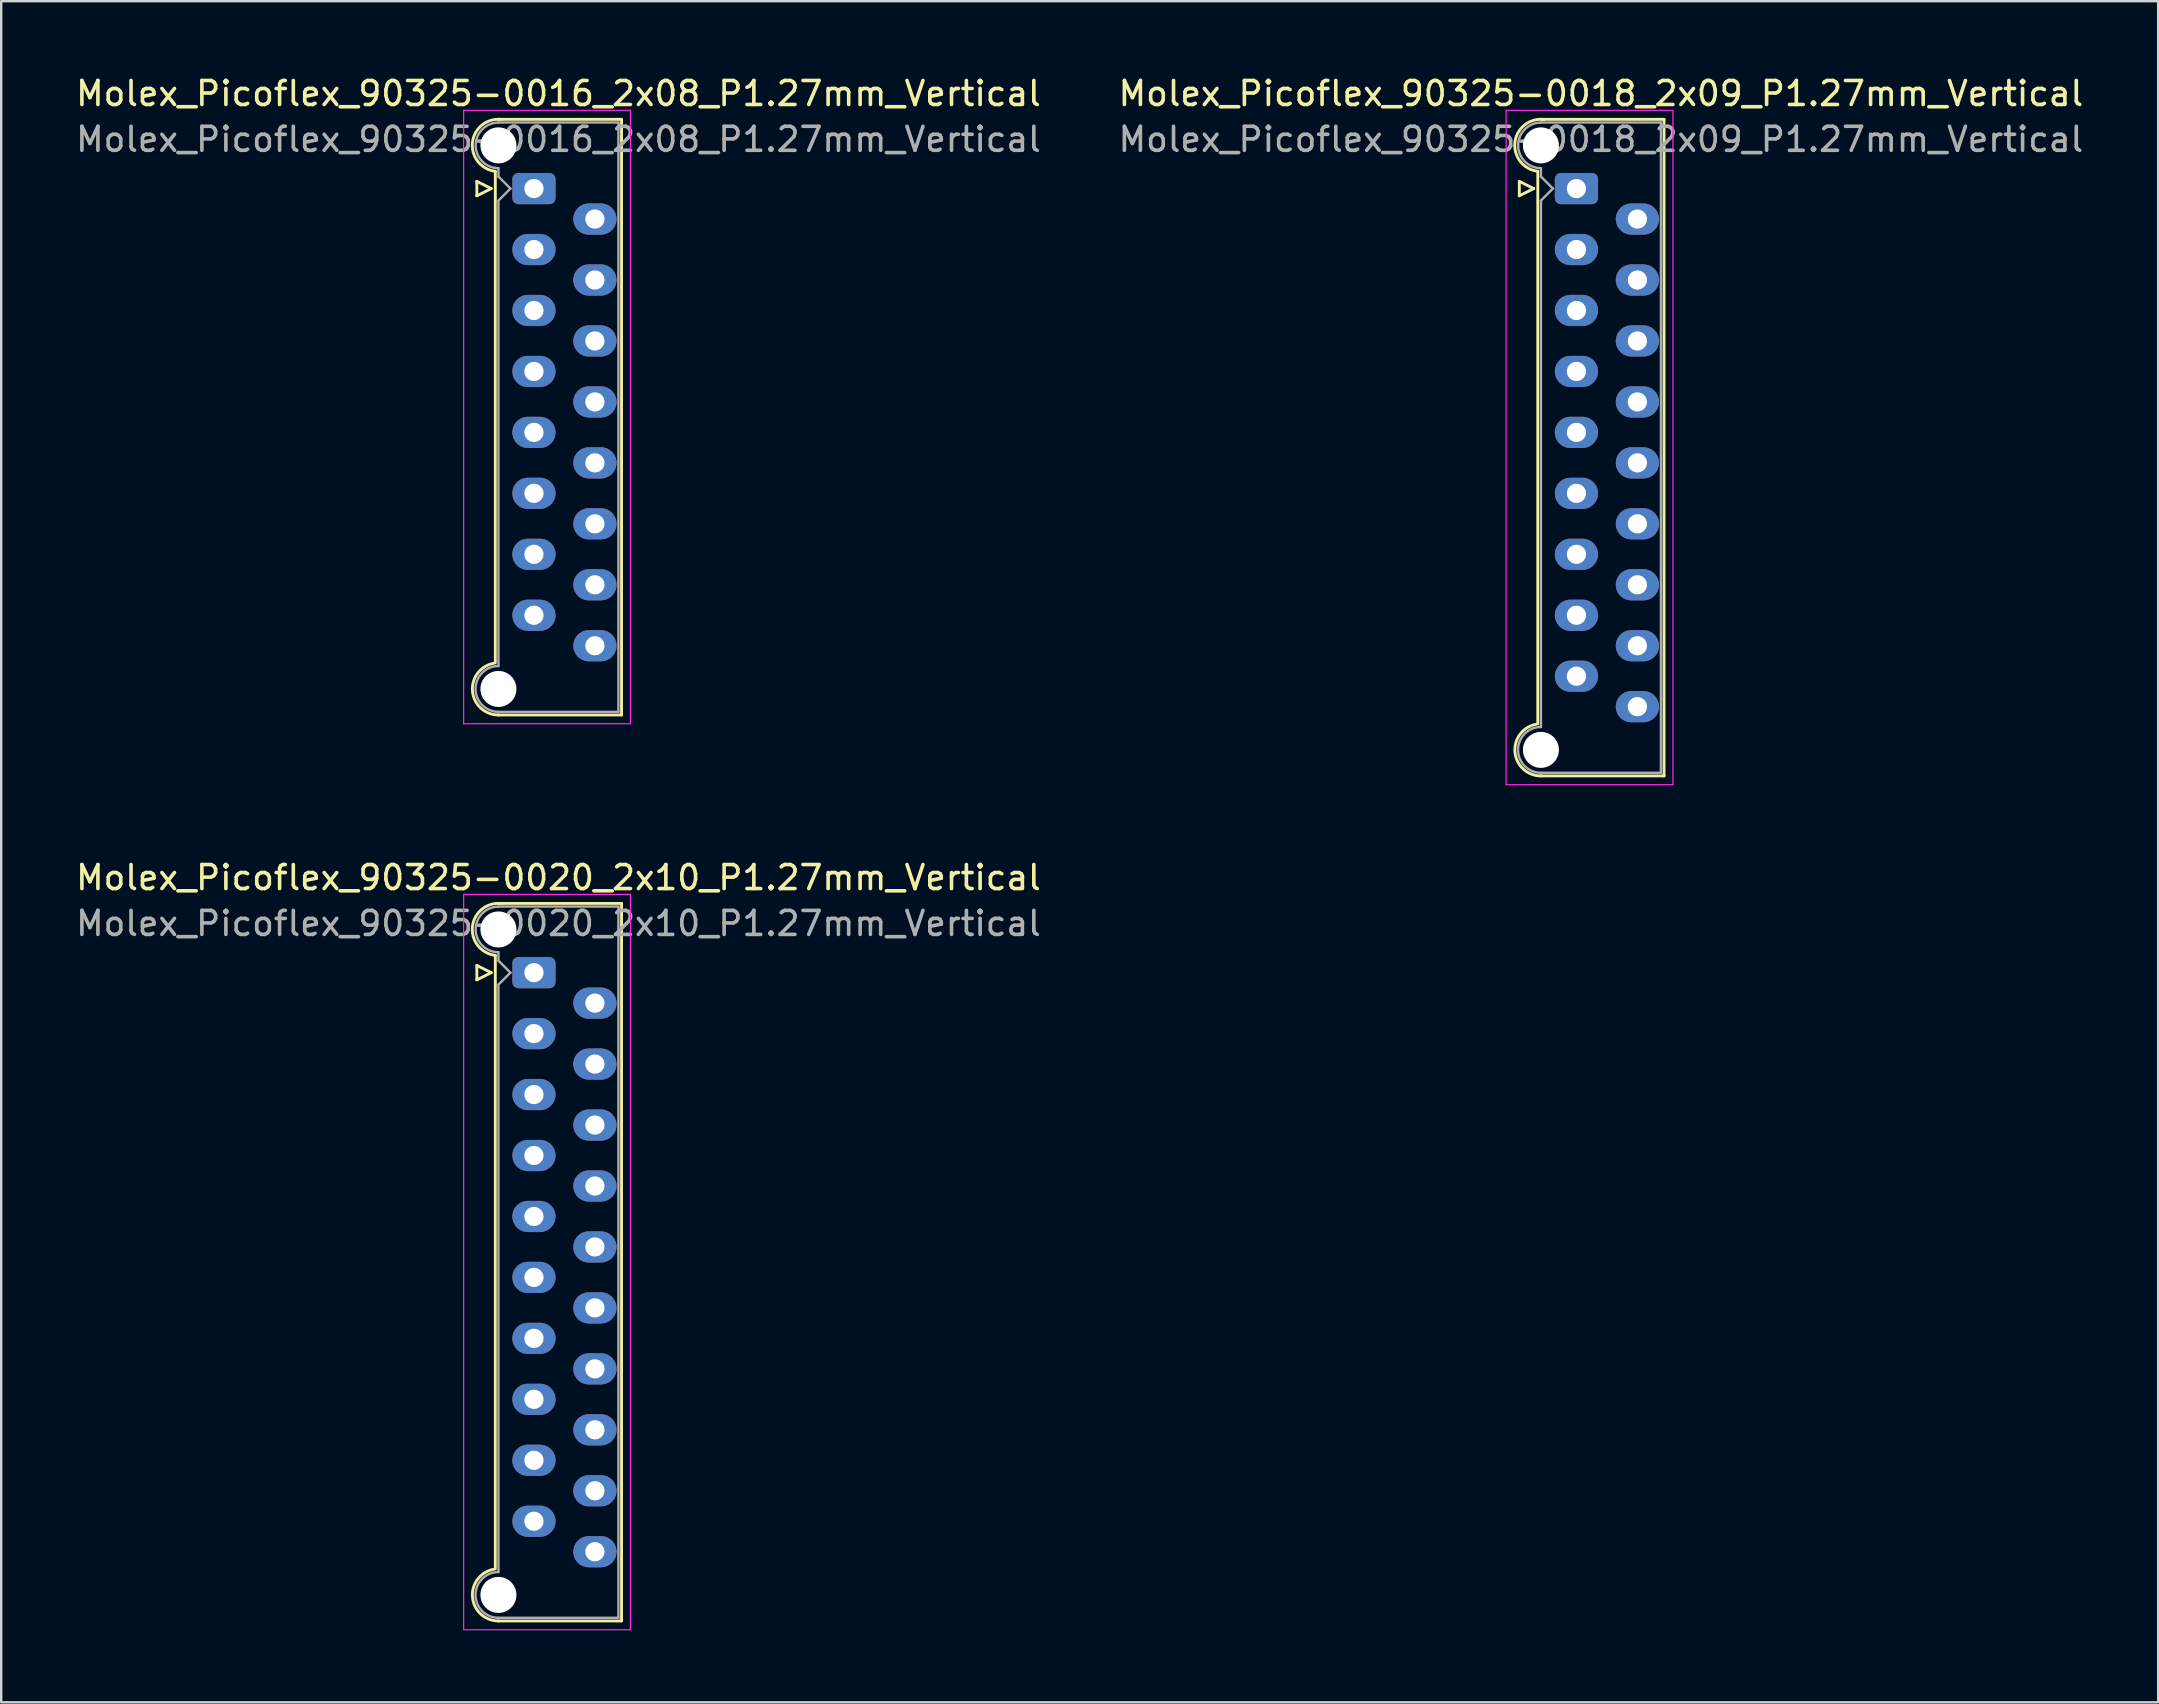
<source format=kicad_pcb>
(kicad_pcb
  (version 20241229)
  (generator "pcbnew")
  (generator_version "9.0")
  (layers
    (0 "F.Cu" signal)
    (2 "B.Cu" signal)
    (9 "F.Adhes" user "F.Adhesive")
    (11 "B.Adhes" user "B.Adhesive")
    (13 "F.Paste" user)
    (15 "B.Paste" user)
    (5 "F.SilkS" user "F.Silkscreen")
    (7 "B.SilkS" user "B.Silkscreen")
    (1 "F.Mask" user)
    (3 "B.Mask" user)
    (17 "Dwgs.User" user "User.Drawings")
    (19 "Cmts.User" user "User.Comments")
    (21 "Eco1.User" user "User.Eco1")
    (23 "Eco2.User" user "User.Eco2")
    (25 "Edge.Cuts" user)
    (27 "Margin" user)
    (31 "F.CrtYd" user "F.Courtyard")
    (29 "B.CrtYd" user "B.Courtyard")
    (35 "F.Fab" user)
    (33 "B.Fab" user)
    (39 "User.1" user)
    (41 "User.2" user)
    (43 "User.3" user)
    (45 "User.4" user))
  (footprint "Molex_Picoflex_90325-0016_2x08_P1.27mm_Vertical"
    (layer "F.Cu")
    (at 19.2 4.808)
    (property "Reference" "Molex_Picoflex_90325-0016_2x08_P1.27mm_Vertical" (at 1.02 -3.96 0) (layer "F.SilkS") (effects (font (size 1 1) (thickness 0.15))))
    (attr through_hole)
    (fp_line (start -2.38 -0.3) (end -2.38 0.3) (stroke (width 0.12) (type solid)) (layer "F.SilkS"))
    (fp_line (start -2.38 0.3) (end -1.78 0) (stroke (width 0.12) (type solid)) (layer "F.SilkS"))
    (fp_line (start -1.78 0) (end -2.38 -0.3) (stroke (width 0.12) (type solid)) (layer "F.SilkS"))
    (fp_line (start -1.61 -0.715) (end -1.61 19.765) (stroke (width 0.12) (type solid)) (layer "F.SilkS"))
    (fp_line (start -1.48 -2.885) (end 3.65 -2.885) (stroke (width 0.12) (type solid)) (layer "F.SilkS"))
    (fp_line (start 3.65 -2.885) (end 3.65 21.935) (stroke (width 0.12) (type solid)) (layer "F.SilkS"))
    (fp_line (start 3.65 21.935) (end -1.48 21.935) (stroke (width 0.12) (type solid)) (layer "F.SilkS"))
    (fp_arc (start -1.61 -0.72) (mid -2.56 -1.93) (end -1.35 -2.88) (stroke (width 0.12) (type solid)) (layer "F.SilkS"))
    (fp_arc (start -1.47 21.935) (mid -2.56 20.954526) (end -1.678256 19.78322) (stroke (width 0.12) (type solid)) (layer "F.SilkS"))
    (fp_line (start -2.93 -3.26) (end -2.93 22.3) (stroke (width 0.05) (type solid)) (layer "F.CrtYd"))
    (fp_line (start -2.93 22.3) (end 4.02 22.3) (stroke (width 0.05) (type solid)) (layer "F.CrtYd"))
    (fp_line (start 4.02 -3.26) (end -2.93 -3.26) (stroke (width 0.05) (type solid)) (layer "F.CrtYd"))
    (fp_line (start 4.02 22.3) (end 4.02 -3.26) (stroke (width 0.05) (type solid)) (layer "F.CrtYd"))
    (fp_line (start -1.48 -2.755) (end 3.52 -2.755) (stroke (width 0.1) (type solid)) (layer "F.Fab"))
    (fp_line (start -1.48 -0.845) (end -1.48 -0.5) (stroke (width 0.1) (type solid)) (layer "F.Fab"))
    (fp_line (start -1.48 -0.5) (end -0.98 0) (stroke (width 0.1) (type solid)) (layer "F.Fab"))
    (fp_line (start -1.48 0.5) (end -1.48 19.895) (stroke (width 0.1) (type solid)) (layer "F.Fab"))
    (fp_line (start -0.98 0) (end -1.48 0.5) (stroke (width 0.1) (type solid)) (layer "F.Fab"))
    (fp_line (start 3.52 -2.755) (end 3.52 21.805) (stroke (width 0.1) (type solid)) (layer "F.Fab"))
    (fp_line (start 3.52 21.805) (end -1.48 21.805) (stroke (width 0.1) (type solid)) (layer "F.Fab"))
    (fp_arc (start -1.48 -0.85) (mid -2.43 -1.8) (end -1.48 -2.75) (stroke (width 0.1) (type solid)) (layer "F.Fab"))
    (fp_arc (start -1.48 21.805) (mid -2.435 20.85) (end -1.48 19.895) (stroke (width 0.1) (type solid)) (layer "F.Fab"))
    (fp_text user "${REFERENCE}" (at 1.02 -2.05 0) (layer "F.Fab") (effects (font (size 1 1) (thickness 0.15))))
    (pad "" np_thru_hole circle (at -1.48 -1.8) (size 1.5 1.5) (drill 1.5) (layers "*.Cu" "*.Mask"))
    (pad "" np_thru_hole circle (at -1.48 20.85) (size 1.5 1.5) (drill 1.5) (layers "*.Cu" "*.Mask"))
    (pad "1" thru_hole roundrect (at 0 0) (size 1.8 1.3) (drill 0.8) (layers "*.Cu" "*.Mask") (roundrect_rratio 0.192))
    (pad "2" thru_hole oval (at 2.54 1.27) (size 1.8 1.3) (drill 0.8) (layers "*.Cu" "*.Mask"))
    (pad "3" thru_hole oval (at 0 2.54) (size 1.8 1.3) (drill 0.8) (layers "*.Cu" "*.Mask"))
    (pad "4" thru_hole oval (at 2.54 3.81) (size 1.8 1.3) (drill 0.8) (layers "*.Cu" "*.Mask"))
    (pad "5" thru_hole oval (at 0 5.08) (size 1.8 1.3) (drill 0.8) (layers "*.Cu" "*.Mask"))
    (pad "6" thru_hole oval (at 2.54 6.35) (size 1.8 1.3) (drill 0.8) (layers "*.Cu" "*.Mask"))
    (pad "7" thru_hole oval (at 0 7.62) (size 1.8 1.3) (drill 0.8) (layers "*.Cu" "*.Mask"))
    (pad "8" thru_hole oval (at 2.54 8.89) (size 1.8 1.3) (drill 0.8) (layers "*.Cu" "*.Mask"))
    (pad "9" thru_hole oval (at 0 10.16) (size 1.8 1.3) (drill 0.8) (layers "*.Cu" "*.Mask"))
    (pad "10" thru_hole oval (at 2.54 11.43) (size 1.8 1.3) (drill 0.8) (layers "*.Cu" "*.Mask"))
    (pad "11" thru_hole oval (at 0 12.7) (size 1.8 1.3) (drill 0.8) (layers "*.Cu" "*.Mask"))
    (pad "12" thru_hole oval (at 2.54 13.97) (size 1.8 1.3) (drill 0.8) (layers "*.Cu" "*.Mask"))
    (pad "13" thru_hole oval (at 0 15.24) (size 1.8 1.3) (drill 0.8) (layers "*.Cu" "*.Mask"))
    (pad "14" thru_hole oval (at 2.54 16.51) (size 1.8 1.3) (drill 0.8) (layers "*.Cu" "*.Mask"))
    (pad "15" thru_hole oval (at 0 17.78) (size 1.8 1.3) (drill 0.8) (layers "*.Cu" "*.Mask"))
    (pad "16" thru_hole oval (at 2.54 19.05) (size 1.8 1.3) (drill 0.8) (layers "*.Cu" "*.Mask")))
  (footprint "Molex_Picoflex_90325-0018_2x09_P1.27mm_Vertical"
    (layer "F.Cu")
    (at 62.641 4.808)
    (property "Reference" "Molex_Picoflex_90325-0018_2x09_P1.27mm_Vertical" (at 1.02 -3.96 0) (layer "F.SilkS") (effects (font (size 1 1) (thickness 0.15))))
    (attr through_hole)
    (fp_line (start -2.38 -0.3) (end -2.38 0.3) (stroke (width 0.12) (type solid)) (layer "F.SilkS"))
    (fp_line (start -2.38 0.3) (end -1.78 0) (stroke (width 0.12) (type solid)) (layer "F.SilkS"))
    (fp_line (start -1.78 0) (end -2.38 -0.3) (stroke (width 0.12) (type solid)) (layer "F.SilkS"))
    (fp_line (start -1.61 -0.715) (end -1.61 22.305) (stroke (width 0.12) (type solid)) (layer "F.SilkS"))
    (fp_line (start -1.48 -2.885) (end 3.65 -2.885) (stroke (width 0.12) (type solid)) (layer "F.SilkS"))
    (fp_line (start 3.65 -2.885) (end 3.65 24.475) (stroke (width 0.12) (type solid)) (layer "F.SilkS"))
    (fp_line (start 3.65 24.475) (end -1.48 24.475) (stroke (width 0.12) (type solid)) (layer "F.SilkS"))
    (fp_arc (start -1.61 -0.72) (mid -2.56 -1.93) (end -1.35 -2.88) (stroke (width 0.12) (type solid)) (layer "F.SilkS"))
    (fp_arc (start -1.47 24.475) (mid -2.56 23.494526) (end -1.678256 22.32322) (stroke (width 0.12) (type solid)) (layer "F.SilkS"))
    (fp_line (start -2.93 -3.26) (end -2.93 24.84) (stroke (width 0.05) (type solid)) (layer "F.CrtYd"))
    (fp_line (start -2.93 24.84) (end 4.02 24.84) (stroke (width 0.05) (type solid)) (layer "F.CrtYd"))
    (fp_line (start 4.02 -3.26) (end -2.93 -3.26) (stroke (width 0.05) (type solid)) (layer "F.CrtYd"))
    (fp_line (start 4.02 24.84) (end 4.02 -3.26) (stroke (width 0.05) (type solid)) (layer "F.CrtYd"))
    (fp_line (start -1.48 -2.755) (end 3.52 -2.755) (stroke (width 0.1) (type solid)) (layer "F.Fab"))
    (fp_line (start -1.48 -0.845) (end -1.48 -0.5) (stroke (width 0.1) (type solid)) (layer "F.Fab"))
    (fp_line (start -1.48 -0.5) (end -0.98 0) (stroke (width 0.1) (type solid)) (layer "F.Fab"))
    (fp_line (start -1.48 0.5) (end -1.48 22.435) (stroke (width 0.1) (type solid)) (layer "F.Fab"))
    (fp_line (start -0.98 0) (end -1.48 0.5) (stroke (width 0.1) (type solid)) (layer "F.Fab"))
    (fp_line (start 3.52 -2.755) (end 3.52 24.345) (stroke (width 0.1) (type solid)) (layer "F.Fab"))
    (fp_line (start 3.52 24.345) (end -1.48 24.345) (stroke (width 0.1) (type solid)) (layer "F.Fab"))
    (fp_arc (start -1.48 -0.85) (mid -2.43 -1.8) (end -1.48 -2.75) (stroke (width 0.1) (type solid)) (layer "F.Fab"))
    (fp_arc (start -1.48 24.345) (mid -2.435 23.39) (end -1.48 22.435) (stroke (width 0.1) (type solid)) (layer "F.Fab"))
    (fp_text user "${REFERENCE}" (at 1.02 -2.05 0) (layer "F.Fab") (effects (font (size 1 1) (thickness 0.15))))
    (pad "" np_thru_hole circle (at -1.48 -1.8) (size 1.5 1.5) (drill 1.5) (layers "*.Cu" "*.Mask"))
    (pad "" np_thru_hole circle (at -1.48 23.39) (size 1.5 1.5) (drill 1.5) (layers "*.Cu" "*.Mask"))
    (pad "1" thru_hole roundrect (at 0 0) (size 1.8 1.3) (drill 0.8) (layers "*.Cu" "*.Mask") (roundrect_rratio 0.192))
    (pad "2" thru_hole oval (at 2.54 1.27) (size 1.8 1.3) (drill 0.8) (layers "*.Cu" "*.Mask"))
    (pad "3" thru_hole oval (at 0 2.54) (size 1.8 1.3) (drill 0.8) (layers "*.Cu" "*.Mask"))
    (pad "4" thru_hole oval (at 2.54 3.81) (size 1.8 1.3) (drill 0.8) (layers "*.Cu" "*.Mask"))
    (pad "5" thru_hole oval (at 0 5.08) (size 1.8 1.3) (drill 0.8) (layers "*.Cu" "*.Mask"))
    (pad "6" thru_hole oval (at 2.54 6.35) (size 1.8 1.3) (drill 0.8) (layers "*.Cu" "*.Mask"))
    (pad "7" thru_hole oval (at 0 7.62) (size 1.8 1.3) (drill 0.8) (layers "*.Cu" "*.Mask"))
    (pad "8" thru_hole oval (at 2.54 8.89) (size 1.8 1.3) (drill 0.8) (layers "*.Cu" "*.Mask"))
    (pad "9" thru_hole oval (at 0 10.16) (size 1.8 1.3) (drill 0.8) (layers "*.Cu" "*.Mask"))
    (pad "10" thru_hole oval (at 2.54 11.43) (size 1.8 1.3) (drill 0.8) (layers "*.Cu" "*.Mask"))
    (pad "11" thru_hole oval (at 0 12.7) (size 1.8 1.3) (drill 0.8) (layers "*.Cu" "*.Mask"))
    (pad "12" thru_hole oval (at 2.54 13.97) (size 1.8 1.3) (drill 0.8) (layers "*.Cu" "*.Mask"))
    (pad "13" thru_hole oval (at 0 15.24) (size 1.8 1.3) (drill 0.8) (layers "*.Cu" "*.Mask"))
    (pad "14" thru_hole oval (at 2.54 16.51) (size 1.8 1.3) (drill 0.8) (layers "*.Cu" "*.Mask"))
    (pad "15" thru_hole oval (at 0 17.78) (size 1.8 1.3) (drill 0.8) (layers "*.Cu" "*.Mask"))
    (pad "16" thru_hole oval (at 2.54 19.05) (size 1.8 1.3) (drill 0.8) (layers "*.Cu" "*.Mask"))
    (pad "17" thru_hole oval (at 0 20.32) (size 1.8 1.3) (drill 0.8) (layers "*.Cu" "*.Mask"))
    (pad "18" thru_hole oval (at 2.54 21.59) (size 1.8 1.3) (drill 0.8) (layers "*.Cu" "*.Mask")))
  (footprint "Molex_Picoflex_90325-0020_2x10_P1.27mm_Vertical"
    (layer "F.Cu")
    (at 19.2 37.481)
    (property "Reference" "Molex_Picoflex_90325-0020_2x10_P1.27mm_Vertical" (at 1.02 -3.96 0) (layer "F.SilkS") (effects (font (size 1 1) (thickness 0.15))))
    (attr through_hole)
    (fp_line (start -2.38 -0.3) (end -2.38 0.3) (stroke (width 0.12) (type solid)) (layer "F.SilkS"))
    (fp_line (start -2.38 0.3) (end -1.78 0) (stroke (width 0.12) (type solid)) (layer "F.SilkS"))
    (fp_line (start -1.78 0) (end -2.38 -0.3) (stroke (width 0.12) (type solid)) (layer "F.SilkS"))
    (fp_line (start -1.61 -0.715) (end -1.61 24.845) (stroke (width 0.12) (type solid)) (layer "F.SilkS"))
    (fp_line (start -1.48 -2.885) (end 3.65 -2.885) (stroke (width 0.12) (type solid)) (layer "F.SilkS"))
    (fp_line (start 3.65 -2.885) (end 3.65 27.015) (stroke (width 0.12) (type solid)) (layer "F.SilkS"))
    (fp_line (start 3.65 27.015) (end -1.48 27.015) (stroke (width 0.12) (type solid)) (layer "F.SilkS"))
    (fp_arc (start -1.61 -0.72) (mid -2.56 -1.93) (end -1.35 -2.88) (stroke (width 0.12) (type solid)) (layer "F.SilkS"))
    (fp_arc (start -1.47 27.015) (mid -2.56 26.034526) (end -1.678256 24.86322) (stroke (width 0.12) (type solid)) (layer "F.SilkS"))
    (fp_line (start -2.93 -3.26) (end -2.93 27.38) (stroke (width 0.05) (type solid)) (layer "F.CrtYd"))
    (fp_line (start -2.93 27.38) (end 4.02 27.38) (stroke (width 0.05) (type solid)) (layer "F.CrtYd"))
    (fp_line (start 4.02 -3.26) (end -2.93 -3.26) (stroke (width 0.05) (type solid)) (layer "F.CrtYd"))
    (fp_line (start 4.02 27.38) (end 4.02 -3.26) (stroke (width 0.05) (type solid)) (layer "F.CrtYd"))
    (fp_line (start -1.48 -2.755) (end 3.52 -2.755) (stroke (width 0.1) (type solid)) (layer "F.Fab"))
    (fp_line (start -1.48 -0.845) (end -1.48 -0.5) (stroke (width 0.1) (type solid)) (layer "F.Fab"))
    (fp_line (start -1.48 -0.5) (end -0.98 0) (stroke (width 0.1) (type solid)) (layer "F.Fab"))
    (fp_line (start -1.48 0.5) (end -1.48 24.975) (stroke (width 0.1) (type solid)) (layer "F.Fab"))
    (fp_line (start -0.98 0) (end -1.48 0.5) (stroke (width 0.1) (type solid)) (layer "F.Fab"))
    (fp_line (start 3.52 -2.755) (end 3.52 26.885) (stroke (width 0.1) (type solid)) (layer "F.Fab"))
    (fp_line (start 3.52 26.885) (end -1.48 26.885) (stroke (width 0.1) (type solid)) (layer "F.Fab"))
    (fp_arc (start -1.48 -0.85) (mid -2.43 -1.8) (end -1.48 -2.75) (stroke (width 0.1) (type solid)) (layer "F.Fab"))
    (fp_arc (start -1.48 26.885) (mid -2.435 25.93) (end -1.48 24.975) (stroke (width 0.1) (type solid)) (layer "F.Fab"))
    (fp_text user "${REFERENCE}" (at 1.02 -2.05 0) (layer "F.Fab") (effects (font (size 1 1) (thickness 0.15))))
    (pad "" np_thru_hole circle (at -1.48 -1.8) (size 1.5 1.5) (drill 1.5) (layers "*.Cu" "*.Mask"))
    (pad "" np_thru_hole circle (at -1.48 25.93) (size 1.5 1.5) (drill 1.5) (layers "*.Cu" "*.Mask"))
    (pad "1" thru_hole roundrect (at 0 0) (size 1.8 1.3) (drill 0.8) (layers "*.Cu" "*.Mask") (roundrect_rratio 0.192))
    (pad "2" thru_hole oval (at 2.54 1.27) (size 1.8 1.3) (drill 0.8) (layers "*.Cu" "*.Mask"))
    (pad "3" thru_hole oval (at 0 2.54) (size 1.8 1.3) (drill 0.8) (layers "*.Cu" "*.Mask"))
    (pad "4" thru_hole oval (at 2.54 3.81) (size 1.8 1.3) (drill 0.8) (layers "*.Cu" "*.Mask"))
    (pad "5" thru_hole oval (at 0 5.08) (size 1.8 1.3) (drill 0.8) (layers "*.Cu" "*.Mask"))
    (pad "6" thru_hole oval (at 2.54 6.35) (size 1.8 1.3) (drill 0.8) (layers "*.Cu" "*.Mask"))
    (pad "7" thru_hole oval (at 0 7.62) (size 1.8 1.3) (drill 0.8) (layers "*.Cu" "*.Mask"))
    (pad "8" thru_hole oval (at 2.54 8.89) (size 1.8 1.3) (drill 0.8) (layers "*.Cu" "*.Mask"))
    (pad "9" thru_hole oval (at 0 10.16) (size 1.8 1.3) (drill 0.8) (layers "*.Cu" "*.Mask"))
    (pad "10" thru_hole oval (at 2.54 11.43) (size 1.8 1.3) (drill 0.8) (layers "*.Cu" "*.Mask"))
    (pad "11" thru_hole oval (at 0 12.7) (size 1.8 1.3) (drill 0.8) (layers "*.Cu" "*.Mask"))
    (pad "12" thru_hole oval (at 2.54 13.97) (size 1.8 1.3) (drill 0.8) (layers "*.Cu" "*.Mask"))
    (pad "13" thru_hole oval (at 0 15.24) (size 1.8 1.3) (drill 0.8) (layers "*.Cu" "*.Mask"))
    (pad "14" thru_hole oval (at 2.54 16.51) (size 1.8 1.3) (drill 0.8) (layers "*.Cu" "*.Mask"))
    (pad "15" thru_hole oval (at 0 17.78) (size 1.8 1.3) (drill 0.8) (layers "*.Cu" "*.Mask"))
    (pad "16" thru_hole oval (at 2.54 19.05) (size 1.8 1.3) (drill 0.8) (layers "*.Cu" "*.Mask"))
    (pad "17" thru_hole oval (at 0 20.32) (size 1.8 1.3) (drill 0.8) (layers "*.Cu" "*.Mask"))
    (pad "18" thru_hole oval (at 2.54 21.59) (size 1.8 1.3) (drill 0.8) (layers "*.Cu" "*.Mask"))
    (pad "19" thru_hole oval (at 0 22.86) (size 1.8 1.3) (drill 0.8) (layers "*.Cu" "*.Mask"))
    (pad "20" thru_hole oval (at 2.54 24.13) (size 1.8 1.3) (drill 0.8) (layers "*.Cu" "*.Mask")))
  (gr_rect
    (start -3 -3)
    (end 86.881 67.886)
    (stroke (width 0.1) (type default))
    (fill no)
    (layer "Edge.Cuts")))
</source>
